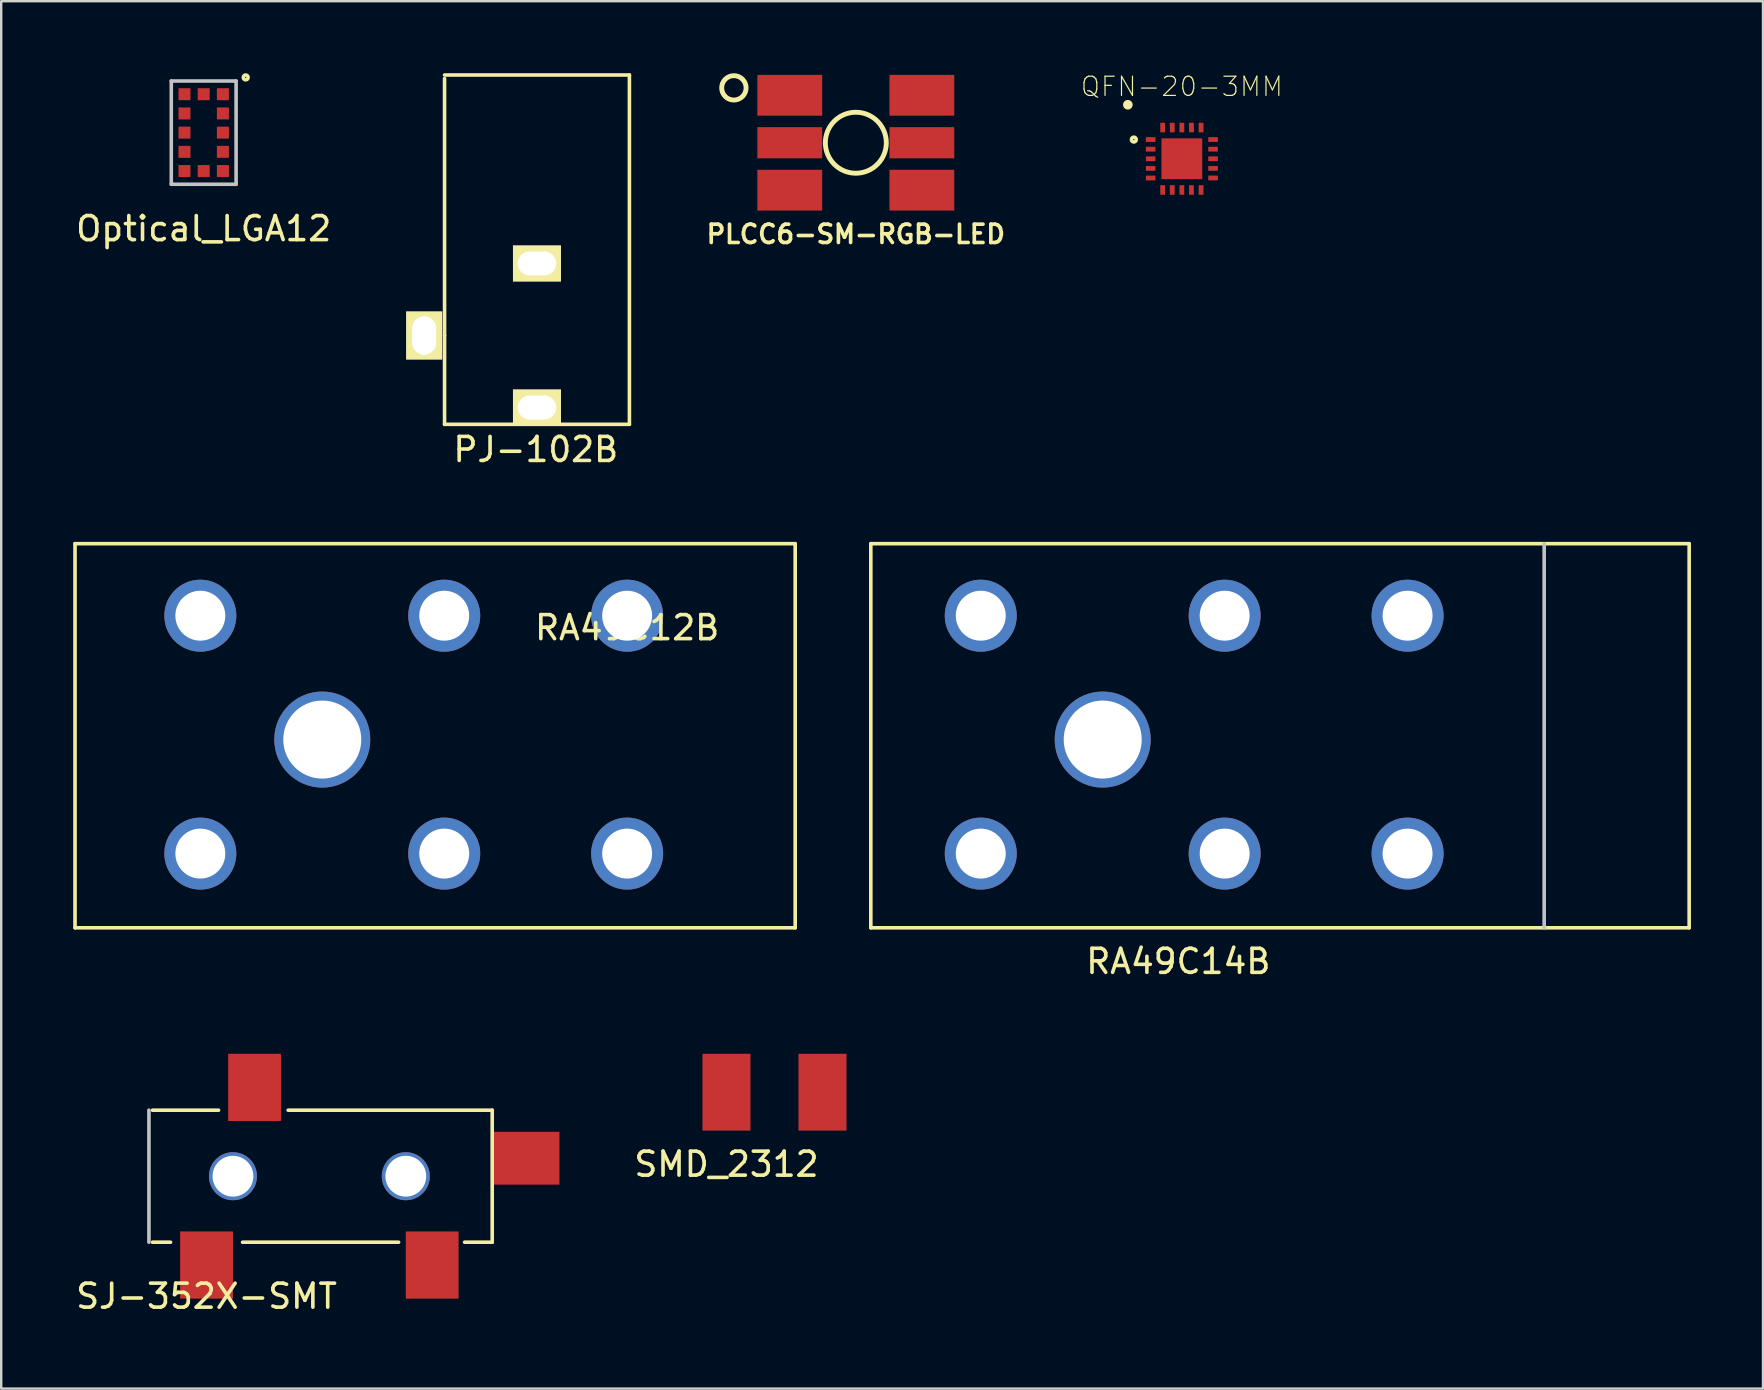
<source format=kicad_pcb>
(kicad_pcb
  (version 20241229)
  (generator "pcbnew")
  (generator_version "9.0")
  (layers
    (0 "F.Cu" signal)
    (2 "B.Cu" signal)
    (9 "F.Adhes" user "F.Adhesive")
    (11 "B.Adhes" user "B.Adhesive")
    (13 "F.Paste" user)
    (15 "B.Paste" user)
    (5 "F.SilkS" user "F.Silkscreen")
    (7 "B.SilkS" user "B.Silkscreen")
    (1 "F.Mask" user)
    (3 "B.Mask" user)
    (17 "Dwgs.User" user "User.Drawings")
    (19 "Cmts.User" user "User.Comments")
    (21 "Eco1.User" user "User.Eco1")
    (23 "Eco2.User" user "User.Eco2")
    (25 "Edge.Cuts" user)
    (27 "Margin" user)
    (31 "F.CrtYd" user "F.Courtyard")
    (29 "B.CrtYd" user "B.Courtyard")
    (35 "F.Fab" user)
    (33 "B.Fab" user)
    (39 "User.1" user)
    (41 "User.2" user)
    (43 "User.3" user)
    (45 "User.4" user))
  (footprint "SJ-352X-SMT"
    (layer "F.Cu")
    (at 5.554 45.947)
    (property "Reference" "SJ-352X-SMT" (at 0 5 0) (layer "F.SilkS") (effects (font (size 1 1) (thickness 0.15))))
    (attr through_hole)
    (fp_line (start -2.25 2.75) (end -1.5 2.75) (stroke (width 0.15) (type solid)) (layer "F.SilkS"))
    (fp_line (start 0.5 -2.75) (end -2.25 -2.75) (stroke (width 0.15) (type solid)) (layer "F.SilkS"))
    (fp_line (start 3.4 -2.75) (end 11.9 -2.75) (stroke (width 0.15) (type solid)) (layer "F.SilkS"))
    (fp_line (start 8 2.75) (end 1.5 2.75) (stroke (width 0.15) (type solid)) (layer "F.SilkS"))
    (fp_line (start 10.75 2.75) (end 11.9 2.75) (stroke (width 0.15) (type solid)) (layer "F.SilkS"))
    (fp_line (start 11.9 -2.751) (end 11.9 2.751) (stroke (width 0.15) (type solid)) (layer "F.SilkS"))
    (fp_line (start -2.4 -2.75) (end -2.4 2.75) (stroke (width 0.15) (type solid)) (layer "Dwgs.User"))
    (pad "1" smd rect (at 0 3.7) (size 2.2 2.8) (layers "F.Cu" "F.Mask" "F.Paste"))
    (pad "2" smd rect (at 9.4 3.7) (size 2.2 2.8) (layers "F.Cu" "F.Mask" "F.Paste"))
    (pad "3" smd rect (at 2 -3.7) (size 2.2 2.8) (layers "F.Cu" "F.Mask" "F.Paste"))
    (pad "4" smd rect (at 13.3 -0.75) (size 2.8 2.2) (layers "F.Cu" "F.Mask" "F.Paste"))
    (pad "~" thru_hole circle (at 1.1 0) (size 2 2) (drill 1.7) (layers "*.Cu" "*.Mask"))
    (pad "~" thru_hole circle (at 8.3 0) (size 2 2) (drill 1.7) (layers "*.Cu" "*.Mask")))
  (footprint "RA49C14B"
    (layer "F.Cu")
    (at 55.585 22.598)
    (property "Reference" "RA49C14B" (at -9.55 14.4 0) (layer "F.SilkS") (effects (font (size 1 1) (thickness 0.15))))
    (attr through_hole)
    (fp_line (start -22.36 -3) (end -22.36 13) (stroke (width 0.15) (type solid)) (layer "F.SilkS"))
    (fp_line (start -22.36 13) (end 11.73 13) (stroke (width 0.15) (type solid)) (layer "F.SilkS"))
    (fp_line (start 11.73 -3) (end -22.36 -3) (stroke (width 0.15) (type solid)) (layer "F.SilkS"))
    (fp_line (start 11.73 13) (end 11.73 -3) (stroke (width 0.15) (type solid)) (layer "F.SilkS"))
    (fp_line (start 5.69 -3) (end 5.69 13) (stroke (width 0.15) (type solid)) (layer "Dwgs.User"))
    (pad "NC" thru_hole circle (at -12.7 5.16) (size 4 4) (drill 3.25) (layers "*.Cu" "*.Mask"))
    (pad "NC" thru_hole circle (at 0 9.91) (size 3 3) (drill 2.08) (layers "*.Cu" "*.Mask"))
    (pad "R" thru_hole circle (at -7.62 0) (size 3 3) (drill 2.08) (layers "*.Cu" "*.Mask"))
    (pad "RB" thru_hole circle (at -7.62 9.91) (size 3 3) (drill 2.08) (layers "*.Cu" "*.Mask"))
    (pad "S" thru_hole circle (at 0 0) (size 3 3) (drill 2.08) (layers "*.Cu" "*.Mask"))
    (pad "T" thru_hole circle (at -17.78 0) (size 3 3) (drill 2.08) (layers "*.Cu" "*.Mask"))
    (pad "TB" thru_hole circle (at -17.78 9.91) (size 3 3) (drill 2.08) (layers "*.Cu" "*.Mask")))
  (footprint "Optical_LGA12"
    (layer "F.Cu")
    (at 5.435 2.475)
    (property "Reference" "Optical_LGA12" (at 0 4 0) (layer "F.SilkS") (effects (font (size 1 1) (thickness 0.15))))
    (attr through_hole)
    (fp_circle (center 1.75 -2.3) (end 1.75 -2.4) (stroke (width 0.15) (type solid)) (fill no) (layer "F.SilkS"))
    (fp_line (start -1.35 -2.15) (end 1.35 -2.15) (stroke (width 0.15) (type solid)) (layer "Dwgs.User"))
    (fp_line (start -1.35 2.15) (end -1.35 -2.15) (stroke (width 0.15) (type solid)) (layer "Dwgs.User"))
    (fp_line (start 1.35 -2.15) (end 1.35 2.15) (stroke (width 0.15) (type solid)) (layer "Dwgs.User"))
    (fp_line (start 1.35 2.15) (end -1.35 2.15) (stroke (width 0.15) (type solid)) (layer "Dwgs.User"))
    (pad "1" smd rect (at 0.8 -1.6) (size 0.5 0.5) (layers "F.Cu" "F.Mask" "F.Paste"))
    (pad "2" smd rect (at 0.8 -0.8) (size 0.5 0.5) (layers "F.Cu" "F.Mask" "F.Paste"))
    (pad "3" smd rect (at 0.8 0) (size 0.5 0.5) (layers "F.Cu" "F.Mask" "F.Paste"))
    (pad "4" smd rect (at 0.8 0.8) (size 0.5 0.5) (layers "F.Cu" "F.Mask" "F.Paste"))
    (pad "5" smd rect (at 0.8 1.6) (size 0.5 0.5) (layers "F.Cu" "F.Mask" "F.Paste"))
    (pad "6" smd rect (at 0 1.6) (size 0.5 0.5) (layers "F.Cu" "F.Mask" "F.Paste"))
    (pad "7" smd rect (at -0.8 1.6) (size 0.5 0.5) (layers "F.Cu" "F.Mask" "F.Paste"))
    (pad "8" smd rect (at -0.8 0.8) (size 0.5 0.5) (layers "F.Cu" "F.Mask" "F.Paste"))
    (pad "9" smd rect (at -0.8 0) (size 0.5 0.5) (layers "F.Cu" "F.Mask" "F.Paste"))
    (pad "10" smd rect (at -0.8 -0.8) (size 0.5 0.5) (layers "F.Cu" "F.Mask" "F.Paste"))
    (pad "11" smd rect (at -0.8 -1.6) (size 0.5 0.5) (layers "F.Cu" "F.Mask" "F.Paste"))
    (pad "12" smd rect (at 0 -1.6) (size 0.5 0.5) (layers "F.Cu" "F.Mask" "F.Paste")))
  (footprint "SMD_2312"
    (layer "F.Cu")
    (at 27.212 42.447)
    (property "Reference" "SMD_2312" (at 0 3 0) (layer "F.SilkS") (effects (font (size 1 1) (thickness 0.15))))
    (attr through_hole)
    (pad "1" smd rect (at 0 0) (size 2 3.2) (layers "F.Cu" "F.Mask" "F.Paste"))
    (pad "2" smd rect (at 4 0) (size 2 3.2) (layers "F.Cu" "F.Mask" "F.Paste")))
  (footprint "RA49C12B"
    (layer "F.Cu")
    (at 23.075 22.598)
    (property "Reference" "RA49C12B" (at 0 0.5 0) (layer "F.SilkS") (effects (font (size 1 1) (thickness 0.15))))
    (attr through_hole)
    (fp_line (start -23 -3) (end -23 13) (stroke (width 0.15) (type solid)) (layer "F.SilkS"))
    (fp_line (start -23 13) (end 7 13) (stroke (width 0.15) (type solid)) (layer "F.SilkS"))
    (fp_line (start 7 -3) (end -23 -3) (stroke (width 0.15) (type solid)) (layer "F.SilkS"))
    (fp_line (start 7 13) (end 7 -3) (stroke (width 0.15) (type solid)) (layer "F.SilkS"))
    (pad "NC" thru_hole circle (at -12.7 5.16) (size 4 4) (drill 3.25) (layers "*.Cu" "*.Mask"))
    (pad "NC" thru_hole circle (at 0 9.91) (size 3 3) (drill 2.08) (layers "*.Cu" "*.Mask"))
    (pad "R" thru_hole circle (at -7.62 0) (size 3 3) (drill 2.08) (layers "*.Cu" "*.Mask"))
    (pad "RB" thru_hole circle (at -7.62 9.91) (size 3 3) (drill 2.08) (layers "*.Cu" "*.Mask"))
    (pad "S" thru_hole circle (at 0 0) (size 3 3) (drill 2.08) (layers "*.Cu" "*.Mask"))
    (pad "T" thru_hole circle (at -17.78 0) (size 3 3) (drill 2.08) (layers "*.Cu" "*.Mask"))
    (pad "TB" thru_hole circle (at -17.78 9.91) (size 3 3) (drill 2.08) (layers "*.Cu" "*.Mask")))
  (footprint "QFN-20-3MM"
    (layer "F.Cu")
    (at 46.182 3.564)
    (property "Reference" "QFN-20-3MM" (at 0 -3.008 0) (layer "F.SilkS") (effects (font (size 0.8 0.8) (thickness 0.05))))
    (attr smd)
    (fp_circle (center -2.25 -2.25) (end -2.05 -2.25) (stroke (width 0) (type solid)) (fill yes) (layer "F.SilkS"))
    (fp_circle (center -2 -0.8) (end -2 -0.9) (stroke (width 0.15) (type solid)) (fill no) (layer "F.SilkS"))
    (pad "1" smd rect (at -1.3 -0.8 180) (size 0.4 0.2) (layers "F.Cu" "F.Mask" "F.Paste"))
    (pad "2" smd rect (at -1.3 -0.4 180) (size 0.4 0.2) (layers "F.Cu" "F.Mask" "F.Paste"))
    (pad "3" smd rect (at -1.3 0 180) (size 0.4 0.2) (layers "F.Cu" "F.Mask" "F.Paste"))
    (pad "4" smd rect (at -1.3 0.4 180) (size 0.4 0.2) (layers "F.Cu" "F.Mask" "F.Paste"))
    (pad "5" smd rect (at -1.3 0.8 180) (size 0.4 0.2) (layers "F.Cu" "F.Mask" "F.Paste"))
    (pad "6" smd rect (at -0.8 1.3 90) (size 0.4 0.2) (layers "F.Cu" "F.Mask" "F.Paste"))
    (pad "7" smd rect (at -0.4 1.3 90) (size 0.4 0.2) (layers "F.Cu" "F.Mask" "F.Paste"))
    (pad "8" smd rect (at 0 1.3 90) (size 0.4 0.2) (layers "F.Cu" "F.Mask" "F.Paste"))
    (pad "9" smd rect (at 0.4 1.3 90) (size 0.4 0.2) (layers "F.Cu" "F.Mask" "F.Paste"))
    (pad "10" smd rect (at 0.8 1.3 90) (size 0.4 0.2) (layers "F.Cu" "F.Mask" "F.Paste"))
    (pad "11" smd rect (at 1.3 0.8 180) (size 0.4 0.2) (layers "F.Cu" "F.Mask" "F.Paste"))
    (pad "12" smd rect (at 1.3 0.4 180) (size 0.4 0.2) (layers "F.Cu" "F.Mask" "F.Paste"))
    (pad "13" smd rect (at 1.3 0 180) (size 0.4 0.2) (layers "F.Cu" "F.Mask" "F.Paste"))
    (pad "14" smd rect (at 1.3 -0.4 180) (size 0.4 0.2) (layers "F.Cu" "F.Mask" "F.Paste"))
    (pad "15" smd rect (at 1.3 -0.8 180) (size 0.4 0.2) (layers "F.Cu" "F.Mask" "F.Paste"))
    (pad "16" smd rect (at 0.8 -1.3 90) (size 0.4 0.2) (layers "F.Cu" "F.Mask" "F.Paste"))
    (pad "17" smd rect (at 0.4 -1.3 90) (size 0.4 0.2) (layers "F.Cu" "F.Mask" "F.Paste"))
    (pad "18" smd rect (at 0 -1.3 90) (size 0.4 0.2) (layers "F.Cu" "F.Mask" "F.Paste"))
    (pad "19" smd rect (at -0.4 -1.3 90) (size 0.4 0.2) (layers "F.Cu" "F.Mask" "F.Paste"))
    (pad "20" smd rect (at -0.8 -1.3 90) (size 0.4 0.2) (layers "F.Cu" "F.Mask" "F.Paste"))
    (pad "GND" smd rect (at 0 0) (size 1.7 1.7) (layers "F.Cu" "F.Mask" "F.Paste")))
  (footprint "PJ-102B"
    (layer "F.Cu")
    (at 19.319 10.925)
    (property "Reference" "PJ-102B" (at -0.05 4.75 0) (layer "F.SilkS") (effects (font (size 1 1) (thickness 0.15))))
    (attr through_hole)
    (fp_line (start -3.85 0) (end -3.85 -10.7) (stroke (width 0.15) (type solid)) (layer "F.SilkS"))
    (fp_line (start -3.85 0) (end -3.85 3.7) (stroke (width 0.15) (type solid)) (layer "F.SilkS"))
    (fp_line (start -3.85 3.7) (end 3.85 3.7) (stroke (width 0.15) (type solid)) (layer "F.SilkS"))
    (fp_line (start 3.85 -10.85) (end -3.85 -10.85) (stroke (width 0.15) (type solid)) (layer "F.SilkS"))
    (fp_line (start 3.85 3.7) (end 3.85 -10.85) (stroke (width 0.15) (type solid)) (layer "F.SilkS"))
    (pad "1" thru_hole rect (at 0 3) (size 2 1.5) (drill oval 1.6 1) (layers "*.Cu" "*.Mask" "F.SilkS"))
    (pad "2" thru_hole rect (at 0 -3) (size 2 1.5) (drill oval 1.6 1) (layers "*.Cu" "*.Mask" "F.SilkS"))
    (pad "3" thru_hole rect (at -4.7 0) (size 1.5 2) (drill oval 1 1.6) (layers "*.Cu" "*.Mask" "F.SilkS")))
  (footprint "PLCC6-SM-RGB-LED"
    (layer "F.Cu")
    (at 32.601 2.896)
    (property "Reference" "PLCC6-SM-RGB-LED" (at 0 3.81 180) (layer "F.SilkS") (effects (font (size 0.762 0.762) (thickness 0.152))))
    (attr smd)
    (fp_circle (center -5.08 -2.286) (end -4.572 -2.286) (stroke (width 0.203) (type solid)) (fill no) (layer "F.SilkS"))
    (fp_circle (center 0 0) (end 0 -1.27) (stroke (width 0.203) (type solid)) (fill no) (layer "F.SilkS"))
    (pad "1" smd rect (at -2.751 -1.976) (size 2.7 1.699) (layers "F.Cu" "F.Mask" "F.Paste"))
    (pad "2" smd rect (at -2.751 0) (size 2.7 1.3) (layers "F.Cu" "F.Mask" "F.Paste"))
    (pad "3" smd rect (at -2.751 1.976) (size 2.7 1.699) (layers "F.Cu" "F.Mask" "F.Paste"))
    (pad "4" smd rect (at 2.751 1.976) (size 2.7 1.699) (layers "F.Cu" "F.Mask" "F.Paste"))
    (pad "5" smd rect (at 2.751 0) (size 2.7 1.3) (layers "F.Cu" "F.Mask" "F.Paste"))
    (pad "6" smd rect (at 2.751 -1.976) (size 2.7 1.699) (layers "F.Cu" "F.Mask" "F.Paste")))
  (gr_rect
    (start -3 -3)
    (end 70.39 54.795)
    (stroke (width 0.1) (type default))
    (fill no)
    (layer "Edge.Cuts")))
</source>
